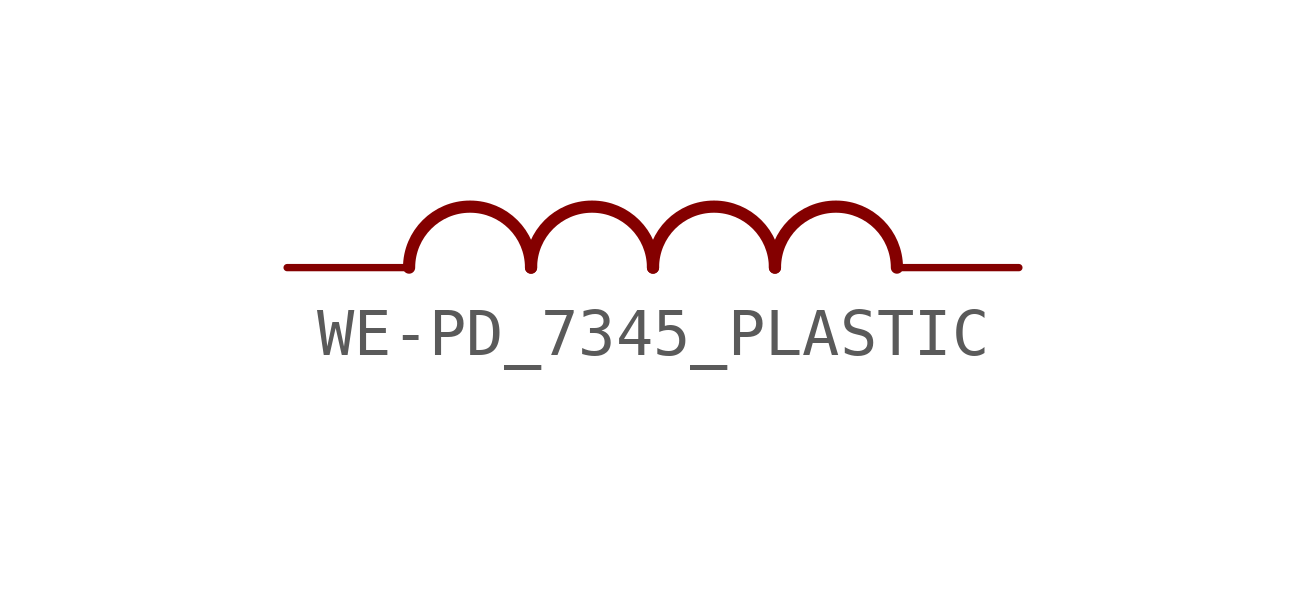
<source format=kicad_sym>
(kicad_symbol_lib
  (version 20231120)
  (generator "kicad_symbol_editor")
  (generator_version "8.0")
  (symbol "WE-PD_7345_PLASTIC"
    (property "Reference" "L"
      (at -2.54 2.54 0)
      (effects (font (size 1.27 1.079)) (justify left bottom) (hide yes)))
    (property "ki_locked" ""
      (at 0 0 0)
      (effects (font (size 1.27 1.27))))
    (symbol "WE-PD_7345_PLASTIC_1_0"
      (arc (start -2.54 0) (mid -3.81 1.27) (end -5.08 0) (stroke (width 0.254) (type solid)) (fill (type none)))
      (arc (start 0 0) (mid -1.27 1.27) (end -2.54 0) (stroke (width 0.254) (type solid)) (fill (type none)))
      (arc (start 2.54 0) (mid 1.27 1.27) (end 0 0) (stroke (width 0.254) (type solid)) (fill (type none)))
      (arc (start 5.08 0) (mid 3.81 1.27) (end 2.54 0) (stroke (width 0.254) (type solid)) (fill (type none)))
      (pin passive line (at -7.62 0 0) (length 2.54) (name "1" (effects (font (size 0 0)))) (number "1" (effects (font (size 0 0)))))
      (pin passive line (at 7.62 0 180) (length 2.54) (name "2" (effects (font (size 0 0)))) (number "2" (effects (font (size 0 0))))))))
</source>
